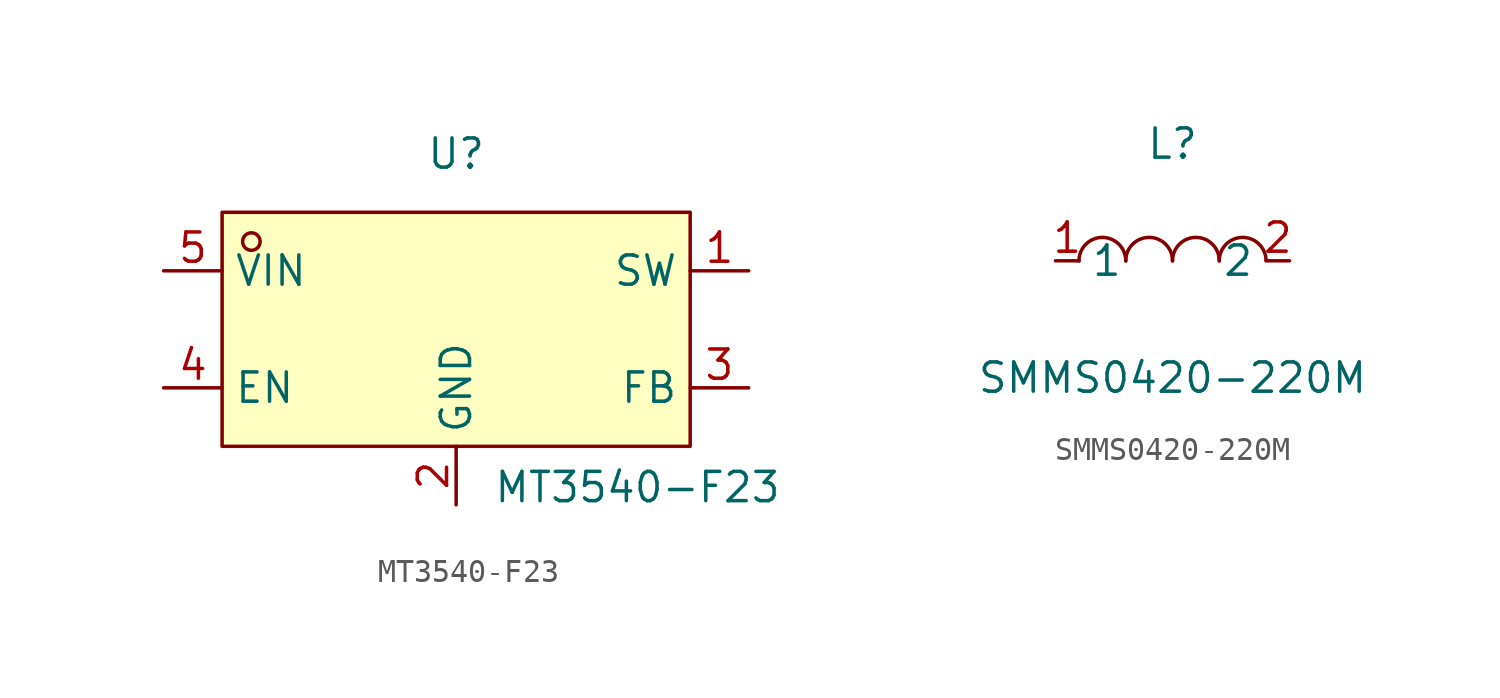
<source format=kicad_sym>
(kicad_symbol_lib
  (version 20231120)
  (generator "kicad_symbol_editor")
  (generator_version "8.0")
  (symbol "MT3540-F23"
    (property "Reference" "U"
      (at 0 7.62 0)
      (effects (font (size 1.27 1.27))))
    (property "Value" "MT3540-F23"
      (at 7.874 -6.858 0)
      (effects (font (size 1.27 1.27))))
    (symbol "MT3540-F23_0_1"
      (rectangle (start -10.16 5.08) (end 10.16 -5.08) (stroke (width 0) (type default)) (fill (type background)))
      (circle (center -8.89 3.81) (radius 0.38) (stroke (width 0) (type default)) (fill (type none)))
      (pin unspecified line (at 12.7 2.54 180) (length 2.54) (name "SW" (effects (font (size 1.27 1.27)))) (number "1" (effects (font (size 1.27 1.27)))))
      (pin unspecified line (at 0 -7.62 90) (length 2.54) (name "GND" (effects (font (size 1.27 1.27)))) (number "2" (effects (font (size 1.27 1.27)))))
      (pin unspecified line (at 12.7 -2.54 180) (length 2.54) (name "FB" (effects (font (size 1.27 1.27)))) (number "3" (effects (font (size 1.27 1.27)))))
      (pin unspecified line (at -12.7 -2.54 0) (length 2.54) (name "EN" (effects (font (size 1.27 1.27)))) (number "4" (effects (font (size 1.27 1.27)))))
      (pin unspecified line (at -12.7 2.54 0) (length 2.54) (name "VIN" (effects (font (size 1.27 1.27)))) (number "5" (effects (font (size 1.27 1.27)))))))
  (symbol "SMMS0420-220M"
    (property "Reference" "L"
      (at 0 5.08 0)
      (effects (font (size 1.27 1.27))))
    (property "Value" "SMMS0420-220M"
      (at 0 -5.08 0)
      (effects (font (size 1.27 1.27))))
    (symbol "SMMS0420-220M_0_1"
      (arc (start -4.06 -0.01) (mid -2.83 0.99) (end -2.03 0.01) (stroke (width 0) (type default) (color 0 0 0 0)) (fill (type none)))
      (arc (start -2.03 -0.01) (mid -0.80 0.99) (end 0.00 0.01) (stroke (width 0) (type default) (color 0 0 0 0)) (fill (type none)))
      (arc (start 2.03 -0.01) (mid 3.26 0.99) (end 4.06 0.01) (stroke (width 0) (type default) (color 0 0 0 0)) (fill (type none)))
      (arc (start 0.00 -0.01) (mid 1.23 0.99) (end 2.03 0.01) (stroke (width 0) (type default) (color 0 0 0 0)) (fill (type none)))
      (pin unspecified line (at 5.08 -0.00 180) (length 1.016) (name "2" (effects (font (size 1.27 1.27)))) (number "2" (effects (font (size 1.27 1.27)))))
      (pin unspecified line (at -5.08 -0.00 0) (length 1.016) (name "1" (effects (font (size 1.27 1.27)))) (number "1" (effects (font (size 1.27 1.27))))))))
</source>
